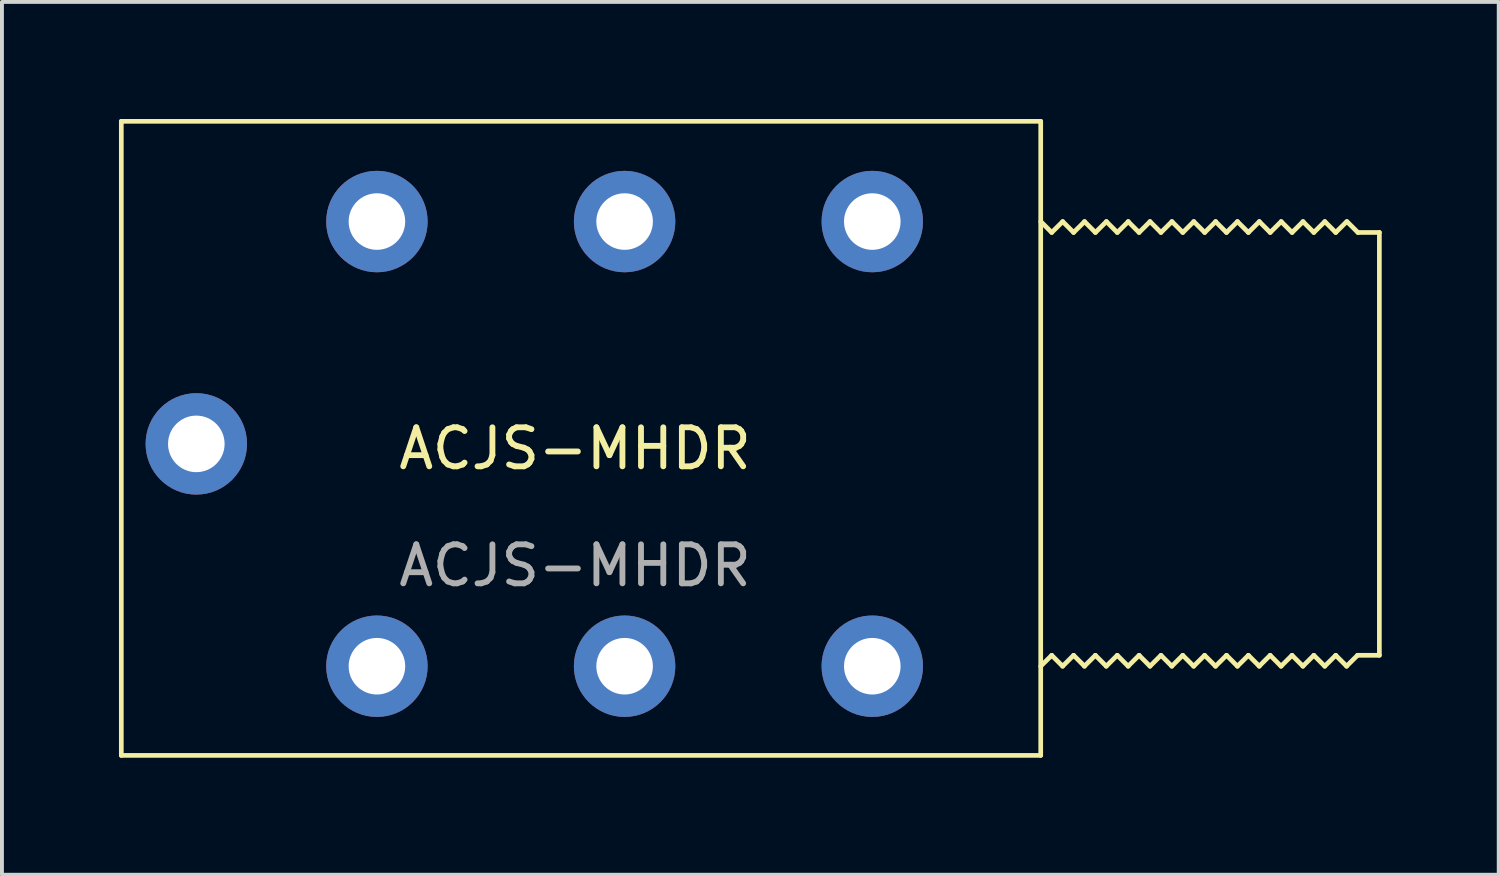
<source format=kicad_pcb>
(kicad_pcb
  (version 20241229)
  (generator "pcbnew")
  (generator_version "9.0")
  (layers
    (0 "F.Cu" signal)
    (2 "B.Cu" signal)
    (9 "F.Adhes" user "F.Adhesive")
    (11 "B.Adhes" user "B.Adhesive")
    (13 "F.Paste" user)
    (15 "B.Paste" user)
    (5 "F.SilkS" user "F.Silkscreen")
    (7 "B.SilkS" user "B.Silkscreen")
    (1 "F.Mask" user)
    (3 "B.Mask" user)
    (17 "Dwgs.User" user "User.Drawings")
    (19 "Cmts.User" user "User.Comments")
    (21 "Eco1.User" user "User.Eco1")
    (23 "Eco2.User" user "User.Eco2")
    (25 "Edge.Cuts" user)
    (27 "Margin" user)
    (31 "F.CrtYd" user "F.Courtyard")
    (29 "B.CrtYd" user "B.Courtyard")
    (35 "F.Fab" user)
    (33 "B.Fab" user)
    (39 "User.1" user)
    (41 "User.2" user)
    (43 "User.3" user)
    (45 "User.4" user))
  (footprint "ACJS-MHDR"
    (layer "F.Cu")
    (at 19.313 8.33)
    (property "Reference" "ACJS-MHDR" (at -7.62 0.12 0) (unlocked yes) (layer "F.SilkS") (effects (font (size 1 1) (thickness 0.15))))
    (attr through_hole)
    (fp_line (start -19.253 -8.27) (end -19.253 7.986) (stroke (width 0.12) (type default)) (layer "F.SilkS"))
    (fp_line (start -19.253 7.986) (end 4.318 7.986) (stroke (width 0.12) (type default)) (layer "F.SilkS"))
    (fp_line (start 4.318 -8.27) (end -19.253 -8.27) (stroke (width 0.12) (type default)) (layer "F.SilkS"))
    (fp_line (start 4.318 5.7) (end 4.6 5.42) (stroke (width 0.12) (type default)) (layer "F.SilkS"))
    (fp_line (start 4.318 7.986) (end 4.318 -8.27) (stroke (width 0.12) (type default)) (layer "F.SilkS"))
    (fp_line (start 4.6 -5.42) (end 4.32 -5.7) (stroke (width 0.12) (type default)) (layer "F.SilkS"))
    (fp_line (start 4.6 5.42) (end 4.88 5.7) (stroke (width 0.12) (type default)) (layer "F.SilkS"))
    (fp_line (start 4.879 5.7) (end 5.161 5.42) (stroke (width 0.12) (type default)) (layer "F.SilkS"))
    (fp_line (start 4.882 -5.7) (end 4.6 -5.42) (stroke (width 0.12) (type default)) (layer "F.SilkS"))
    (fp_line (start 5.161 -5.42) (end 4.881 -5.7) (stroke (width 0.12) (type default)) (layer "F.SilkS"))
    (fp_line (start 5.161 5.42) (end 5.441 5.7) (stroke (width 0.12) (type default)) (layer "F.SilkS"))
    (fp_line (start 5.437 5.7) (end 5.719 5.42) (stroke (width 0.12) (type default)) (layer "F.SilkS"))
    (fp_line (start 5.443 -5.7) (end 5.161 -5.42) (stroke (width 0.12) (type default)) (layer "F.SilkS"))
    (fp_line (start 5.719 5.42) (end 5.999 5.7) (stroke (width 0.12) (type default)) (layer "F.SilkS"))
    (fp_line (start 5.72 -5.42) (end 5.44 -5.7) (stroke (width 0.12) (type default)) (layer "F.SilkS"))
    (fp_line (start 5.998 5.7) (end 6.28 5.42) (stroke (width 0.12) (type default)) (layer "F.SilkS"))
    (fp_line (start 6.002 -5.7) (end 5.72 -5.42) (stroke (width 0.12) (type default)) (layer "F.SilkS"))
    (fp_line (start 6.28 5.42) (end 6.56 5.7) (stroke (width 0.12) (type default)) (layer "F.SilkS"))
    (fp_line (start 6.281 -5.42) (end 6.001 -5.7) (stroke (width 0.12) (type default)) (layer "F.SilkS"))
    (fp_line (start 6.558 5.7) (end 6.84 5.42) (stroke (width 0.12) (type default)) (layer "F.SilkS"))
    (fp_line (start 6.563 -5.7) (end 6.281 -5.42) (stroke (width 0.12) (type default)) (layer "F.SilkS"))
    (fp_line (start 6.839 -5.42) (end 6.559 -5.7) (stroke (width 0.12) (type default)) (layer "F.SilkS"))
    (fp_line (start 6.84 5.42) (end 7.12 5.7) (stroke (width 0.12) (type default)) (layer "F.SilkS"))
    (fp_line (start 7.119 5.7) (end 7.401 5.42) (stroke (width 0.12) (type default)) (layer "F.SilkS"))
    (fp_line (start 7.121 -5.7) (end 6.839 -5.42) (stroke (width 0.12) (type default)) (layer "F.SilkS"))
    (fp_line (start 7.4 -5.42) (end 7.12 -5.7) (stroke (width 0.12) (type default)) (layer "F.SilkS"))
    (fp_line (start 7.401 5.42) (end 7.681 5.7) (stroke (width 0.12) (type default)) (layer "F.SilkS"))
    (fp_line (start 7.677 5.7) (end 7.959 5.42) (stroke (width 0.12) (type default)) (layer "F.SilkS"))
    (fp_line (start 7.682 -5.7) (end 7.4 -5.42) (stroke (width 0.12) (type default)) (layer "F.SilkS"))
    (fp_line (start 7.959 5.42) (end 8.239 5.7) (stroke (width 0.12) (type default)) (layer "F.SilkS"))
    (fp_line (start 7.961 -5.42) (end 7.681 -5.7) (stroke (width 0.12) (type default)) (layer "F.SilkS"))
    (fp_line (start 8.238 5.7) (end 8.52 5.42) (stroke (width 0.12) (type default)) (layer "F.SilkS"))
    (fp_line (start 8.243 -5.7) (end 7.961 -5.42) (stroke (width 0.12) (type default)) (layer "F.SilkS"))
    (fp_line (start 8.52 5.42) (end 8.8 5.7) (stroke (width 0.12) (type default)) (layer "F.SilkS"))
    (fp_line (start 8.522 -5.42) (end 8.242 -5.7) (stroke (width 0.12) (type default)) (layer "F.SilkS"))
    (fp_line (start 8.799 5.7) (end 9.081 5.42) (stroke (width 0.12) (type default)) (layer "F.SilkS"))
    (fp_line (start 8.804 -5.7) (end 8.522 -5.42) (stroke (width 0.12) (type default)) (layer "F.SilkS"))
    (fp_line (start 9.08 -5.42) (end 8.8 -5.7) (stroke (width 0.12) (type default)) (layer "F.SilkS"))
    (fp_line (start 9.081 5.42) (end 9.361 5.7) (stroke (width 0.12) (type default)) (layer "F.SilkS"))
    (fp_line (start 9.36 5.7) (end 9.642 5.42) (stroke (width 0.12) (type default)) (layer "F.SilkS"))
    (fp_line (start 9.362 -5.7) (end 9.08 -5.42) (stroke (width 0.12) (type default)) (layer "F.SilkS"))
    (fp_line (start 9.641 -5.42) (end 9.361 -5.7) (stroke (width 0.12) (type default)) (layer "F.SilkS"))
    (fp_line (start 9.642 5.42) (end 9.922 5.7) (stroke (width 0.12) (type default)) (layer "F.SilkS"))
    (fp_line (start 9.918 5.7) (end 10.2 5.42) (stroke (width 0.12) (type default)) (layer "F.SilkS"))
    (fp_line (start 9.923 -5.7) (end 9.641 -5.42) (stroke (width 0.12) (type default)) (layer "F.SilkS"))
    (fp_line (start 10.2 5.42) (end 10.48 5.7) (stroke (width 0.12) (type default)) (layer "F.SilkS"))
    (fp_line (start 10.201 -5.42) (end 9.921 -5.7) (stroke (width 0.12) (type default)) (layer "F.SilkS"))
    (fp_line (start 10.479 5.7) (end 10.761 5.42) (stroke (width 0.12) (type default)) (layer "F.SilkS"))
    (fp_line (start 10.483 -5.7) (end 10.201 -5.42) (stroke (width 0.12) (type default)) (layer "F.SilkS"))
    (fp_line (start 10.761 5.42) (end 11.041 5.7) (stroke (width 0.12) (type default)) (layer "F.SilkS"))
    (fp_line (start 10.762 -5.42) (end 10.482 -5.7) (stroke (width 0.12) (type default)) (layer "F.SilkS"))
    (fp_line (start 11.038 5.7) (end 11.32 5.42) (stroke (width 0.12) (type default)) (layer "F.SilkS"))
    (fp_line (start 11.044 -5.7) (end 10.762 -5.42) (stroke (width 0.12) (type default)) (layer "F.SilkS"))
    (fp_line (start 11.32 -5.42) (end 11.04 -5.7) (stroke (width 0.12) (type default)) (layer "F.SilkS"))
    (fp_line (start 11.32 5.42) (end 11.6 5.7) (stroke (width 0.12) (type default)) (layer "F.SilkS"))
    (fp_line (start 11.599 5.7) (end 11.881 5.42) (stroke (width 0.12) (type default)) (layer "F.SilkS"))
    (fp_line (start 11.602 -5.7) (end 11.32 -5.42) (stroke (width 0.12) (type default)) (layer "F.SilkS"))
    (fp_line (start 11.881 -5.42) (end 11.601 -5.7) (stroke (width 0.12) (type default)) (layer "F.SilkS"))
    (fp_line (start 11.881 5.42) (end 12.161 5.7) (stroke (width 0.12) (type default)) (layer "F.SilkS"))
    (fp_line (start 12.158 5.7) (end 12.44 5.42) (stroke (width 0.12) (type default)) (layer "F.SilkS"))
    (fp_line (start 12.163 -5.7) (end 11.881 -5.42) (stroke (width 0.12) (type default)) (layer "F.SilkS"))
    (fp_line (start 12.44 5.42) (end 13 5.42) (stroke (width 0.12) (type default)) (layer "F.SilkS"))
    (fp_line (start 12.45 -5.42) (end 12.17 -5.7) (stroke (width 0.12) (type default)) (layer "F.SilkS"))
    (fp_line (start 12.45 -5.42) (end 13 -5.42) (stroke (width 0.12) (type default)) (layer "F.SilkS"))
    (fp_line (start 13 -5.42) (end 13 5.42) (stroke (width 0.12) (type default)) (layer "F.SilkS"))
    (fp_text user "${REFERENCE}" (at -7.62 3.12 0) (unlocked yes) (layer "F.Fab") (effects (font (size 1 1) (thickness 0.15))))
    (pad "1" thru_hole circle (at 0 5.7) (size 2.6 2.6) (drill 1.45) (layers "*.Cu" "*.Mask"))
    (pad "2" thru_hole circle (at -6.35 5.7) (size 2.6 2.6) (drill 1.45) (layers "*.Cu" "*.Mask"))
    (pad "3" thru_hole circle (at -12.7 5.7) (size 2.6 2.6) (drill 1.45) (layers "*.Cu" "*.Mask"))
    (pad "4" thru_hole circle (at 0 -5.7) (size 2.6 2.6) (drill 1.45) (layers "*.Cu" "*.Mask"))
    (pad "5" thru_hole circle (at -6.35 -5.7) (size 2.6 2.6) (drill 1.45) (layers "*.Cu" "*.Mask"))
    (pad "6" thru_hole circle (at -12.7 -5.7) (size 2.6 2.6) (drill 1.45) (layers "*.Cu" "*.Mask"))
    (pad "7" thru_hole circle (at -17.33 0) (size 2.6 2.6) (drill 1.45) (layers "*.Cu" "*.Mask")))
  (gr_rect
    (start -3 -3)
    (end 35.373 19.376)
    (stroke (width 0.1) (type default))
    (fill no)
    (layer "Edge.Cuts")))
</source>
